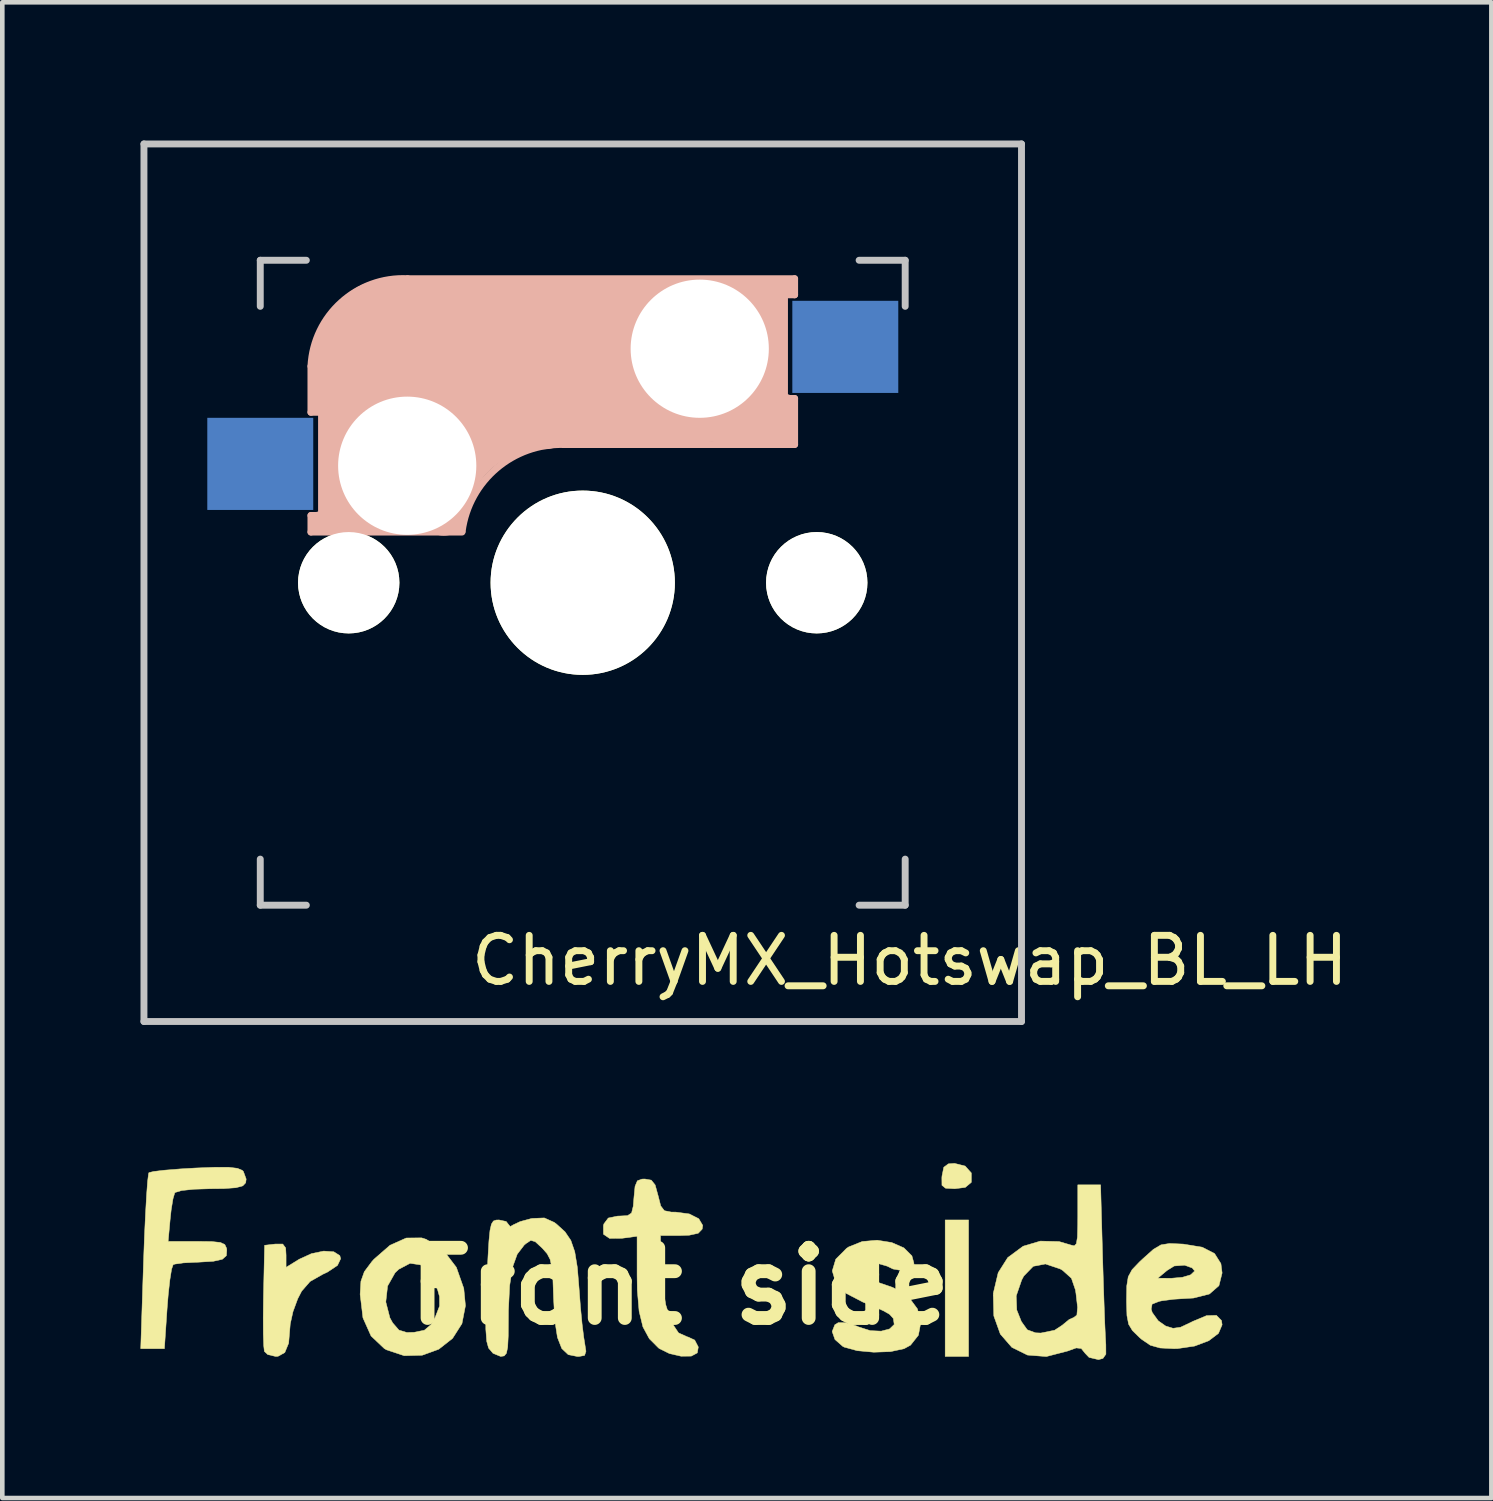
<source format=kicad_pcb>
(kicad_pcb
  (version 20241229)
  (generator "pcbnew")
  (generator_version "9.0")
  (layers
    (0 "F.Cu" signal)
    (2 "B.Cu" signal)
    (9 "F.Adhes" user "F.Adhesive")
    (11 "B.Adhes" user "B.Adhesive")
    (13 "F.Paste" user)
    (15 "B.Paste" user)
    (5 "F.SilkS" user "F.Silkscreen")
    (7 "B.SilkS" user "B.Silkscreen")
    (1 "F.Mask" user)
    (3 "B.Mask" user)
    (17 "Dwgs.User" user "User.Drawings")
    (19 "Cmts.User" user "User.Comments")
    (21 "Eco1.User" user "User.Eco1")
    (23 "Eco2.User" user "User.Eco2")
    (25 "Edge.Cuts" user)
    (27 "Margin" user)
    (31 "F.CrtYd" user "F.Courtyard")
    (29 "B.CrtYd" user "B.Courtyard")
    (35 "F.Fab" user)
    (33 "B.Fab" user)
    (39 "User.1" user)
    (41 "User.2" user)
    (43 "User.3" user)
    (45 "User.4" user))
  (footprint "CherryMX_Hotswap_BL_LH"
    (layer "F.Cu")
    (at 9.6 9.6)
    (property "Reference" "CherryMX_Hotswap_BL_LH" (at 7.1 8.2 0) (layer "F.SilkS") (effects (font (size 1 1) (thickness 0.15))))
    (attr through_hole)
    (fp_line (start -5.9 -4.7) (end -5.9 -3.7) (stroke (width 0.15) (type solid)) (layer "B.SilkS"))
    (fp_line (start -5.9 -3.7) (end -5.7 -3.7) (stroke (width 0.15) (type solid)) (layer "B.SilkS"))
    (fp_line (start -5.9 -1.1) (end -5.9 -1.46) (stroke (width 0.15) (type solid)) (layer "B.SilkS"))
    (fp_line (start -5.9 -1.1) (end -2.62 -1.1) (stroke (width 0.15) (type solid)) (layer "B.SilkS"))
    (fp_line (start -5.8 -3.8) (end -5.8 -4.7) (stroke (width 0.3) (type solid)) (layer "B.SilkS"))
    (fp_line (start -5.7 -1.46) (end -5.9 -1.46) (stroke (width 0.15) (type solid)) (layer "B.SilkS"))
    (fp_line (start -5.7 -1.3) (end -3 -1.3) (stroke (width 0.5) (type solid)) (layer "B.SilkS"))
    (fp_line (start -5.67 -3.7) (end -5.67 -1.46) (stroke (width 0.15) (type solid)) (layer "B.SilkS"))
    (fp_line (start -5.3 -1.6) (end -5.3 -3.4) (stroke (width 0.8) (type solid)) (layer "B.SilkS"))
    (fp_line (start -4.17 -5.1) (end -4.17 -2.86) (stroke (width 3) (type solid)) (layer "B.SilkS"))
    (fp_line (start -0.4 -3) (end 4.6 -3) (stroke (width 0.15) (type solid)) (layer "B.SilkS"))
    (fp_line (start 2.6 -4.8) (end -4.1 -4.8) (stroke (width 3.5) (type solid)) (layer "B.SilkS"))
    (fp_line (start 3.9 -6) (end 3.9 -3.5) (stroke (width 1) (type solid)) (layer "B.SilkS"))
    (fp_line (start 4.3 -3.3) (end 2.9 -3.3) (stroke (width 0.5) (type solid)) (layer "B.SilkS"))
    (fp_line (start 4.38 -4) (end 4.38 -6.25) (stroke (width 0.15) (type solid)) (layer "B.SilkS"))
    (fp_line (start 4.4 -6.4) (end 3 -6.4) (stroke (width 0.4) (type solid)) (layer "B.SilkS"))
    (fp_line (start 4.4 -6.25) (end 4.6 -6.25) (stroke (width 0.15) (type solid)) (layer "B.SilkS"))
    (fp_line (start 4.4 -3.9) (end 4.4 -3.2) (stroke (width 0.4) (type solid)) (layer "B.SilkS"))
    (fp_line (start 4.6 -6.6) (end -3.8 -6.6) (stroke (width 0.15) (type solid)) (layer "B.SilkS"))
    (fp_line (start 4.6 -6.25) (end 4.6 -6.6) (stroke (width 0.15) (type solid)) (layer "B.SilkS"))
    (fp_line (start 4.6 -4) (end 4.4 -4) (stroke (width 0.15) (type solid)) (layer "B.SilkS"))
    (fp_line (start 4.6 -3) (end 4.6 -4) (stroke (width 0.15) (type solid)) (layer "B.SilkS"))
    (fp_arc (start -5.9 -4.699999) (mid -5.243504 -6.084924) (end -3.800001 -6.6) (stroke (width 0.15) (type solid)) (layer "B.SilkS"))
    (fp_arc (start -3.016318 -1.521471) (mid -2.268709 -2.886118) (end -0.8 -3.4) (stroke (width 1) (type solid)) (layer "B.SilkS"))
    (fp_arc (start -2.616318 -1.121471) (mid -1.868709 -2.486118) (end -0.4 -3) (stroke (width 0.15) (type solid)) (layer "B.SilkS"))
    (fp_line (start -9.525 -9.525) (end 9.525 -9.525) (stroke (width 0.15) (type solid)) (layer "Dwgs.User"))
    (fp_line (start -9.525 9.525) (end -9.525 -9.525) (stroke (width 0.15) (type solid)) (layer "Dwgs.User"))
    (fp_line (start -7 -7) (end -6 -7) (stroke (width 0.15) (type solid)) (layer "Dwgs.User"))
    (fp_line (start -7 -6) (end -7 -7) (stroke (width 0.15) (type solid)) (layer "Dwgs.User"))
    (fp_line (start -7 6) (end -7 7) (stroke (width 0.15) (type solid)) (layer "Dwgs.User"))
    (fp_line (start -7 7) (end -6 7) (stroke (width 0.15) (type solid)) (layer "Dwgs.User"))
    (fp_line (start 6 7) (end 7 7) (stroke (width 0.15) (type solid)) (layer "Dwgs.User"))
    (fp_line (start 7 -7) (end 6 -7) (stroke (width 0.15) (type solid)) (layer "Dwgs.User"))
    (fp_line (start 7 -7) (end 7 -6) (stroke (width 0.15) (type solid)) (layer "Dwgs.User"))
    (fp_line (start 7 7) (end 7 6) (stroke (width 0.15) (type solid)) (layer "Dwgs.User"))
    (fp_line (start 9.525 -9.525) (end 9.525 9.525) (stroke (width 0.15) (type solid)) (layer "Dwgs.User"))
    (fp_line (start 9.525 9.525) (end -9.525 9.525) (stroke (width 0.15) (type solid)) (layer "Dwgs.User"))
    (pad "" np_thru_hole circle (at -5.08 0) (size 2.2 2.2) (drill 2.2) (layers "*.Cu" "*.Mask" "F.SilkS"))
    (pad "" np_thru_hole circle (at -3.81 -2.54 180) (size 3 3) (drill 3) (layers "*.Cu" "*.Mask"))
    (pad "" np_thru_hole circle (at 0 0 90) (size 4 4) (drill 4) (layers "*.Cu" "*.Mask" "F.SilkS"))
    (pad "" np_thru_hole circle (at 2.54 -5.08 180) (size 3 3) (drill 3) (layers "*.Cu" "*.Mask"))
    (pad "" np_thru_hole circle (at 5.08 0) (size 2.2 2.2) (drill 2.2) (layers "*.Cu" "*.Mask" "F.SilkS"))
    (pad "1" smd rect (at -7 -2.58 180) (size 2.3 2) (layers "B.Cu" "B.Mask" "B.Paste"))
    (pad "2" smd rect (at 5.7 -5.12 180) (size 2.3 2) (layers "B.Cu" "B.Mask" "B.Paste")))
  (footprint "Front side"
    (layer "F.Cu")
    (at 11.711 24.872)
    (property "Reference" "Front side" (at 0 0 0) (layer "F.SilkS") (effects (font (size 1.524 1.524) (thickness 0.3))))
    (attr through_hole)
    (fp_poly (pts (xy 6.265 1.524) (xy 5.757 1.524) (xy 5.757 -1.439) (xy 6.265 -1.439) (xy 6.265 1.524)) (stroke (width 0.01) (type solid)) (fill yes) (layer "F.SilkS"))
    (fp_poly (pts (xy 6.191 -2.609) (xy 6.325 -2.459) (xy 6.325 -2.26) (xy 6.324 -2.255) (xy 6.194 -2.146) (xy 5.966 -2.117) (xy 5.765 -2.128) (xy 5.687 -2.191) (xy 5.685 -2.354) (xy 5.688 -2.392) (xy 5.727 -2.583) (xy 5.826 -2.657) (xy 5.96 -2.667) (xy 6.191 -2.609)) (stroke (width 0.01) (type solid)) (fill yes) (layer "F.SilkS"))
    (fp_poly (pts (xy -8.623 -0.916) (xy -8.56 -0.832) (xy -8.551 -0.676) (xy -8.551 -0.41) (xy -8.266 -0.586) (xy -7.999 -0.708) (xy -7.734 -0.763) (xy -7.515 -0.748) (xy -7.384 -0.665) (xy -7.366 -0.597) (xy -7.435 -0.452) (xy -7.653 -0.307) (xy -7.75 -0.262) (xy -8.03 -0.103) (xy -8.213 0.107) (xy -8.298 0.272) (xy -8.401 0.552) (xy -8.46 0.817) (xy -8.466 0.889) (xy -8.495 1.236) (xy -8.579 1.44) (xy -8.726 1.521) (xy -8.776 1.524) (xy -8.949 1.483) (xy -9.022 1.414) (xy -9.036 1.291) (xy -9.045 1.035) (xy -9.047 0.681) (xy -9.042 0.266) (xy -9.041 0.207) (xy -9.017 -0.889) (xy -8.784 -0.916) (xy -8.623 -0.916)) (stroke (width 0.01) (type solid)) (fill yes) (layer "F.SilkS"))
    (fp_poly (pts (xy -5.508 -1.018) (xy -5.131 -0.774) (xy -4.854 -0.41) (xy -4.693 0.048) (xy -4.657 0.423) (xy -4.733 0.812) (xy -4.937 1.132) (xy -5.236 1.367) (xy -5.597 1.498) (xy -5.986 1.508) (xy -6.371 1.38) (xy -6.419 1.352) (xy -6.706 1.08) (xy -6.882 0.686) (xy -6.923 0.341) (xy -6.386 0.341) (xy -6.297 0.686) (xy -6.237 0.795) (xy -6.101 0.952) (xy -5.931 1.004) (xy -5.773 1) (xy -5.549 0.955) (xy -5.407 0.835) (xy -5.312 0.67) (xy -5.219 0.43) (xy -5.22 0.225) (xy -5.261 0.077) (xy -5.426 -0.271) (xy -5.629 -0.464) (xy -5.859 -0.498) (xy -6.104 -0.369) (xy -6.185 -0.292) (xy -6.347 -0.005) (xy -6.386 0.341) (xy -6.923 0.341) (xy -6.943 0.179) (xy -6.943 0.172) (xy -6.926 -0.108) (xy -6.852 -0.316) (xy -6.69 -0.533) (xy -6.641 -0.588) (xy -6.294 -0.89) (xy -5.943 -1.047) (xy -5.608 -1.05) (xy -5.508 -1.018)) (stroke (width 0.01) (type solid)) (fill yes) (layer "F.SilkS"))
    (fp_poly (pts (xy -9.793 -2.582) (xy -9.608 -2.56) (xy -9.504 -2.517) (xy -9.478 -2.493) (xy -9.417 -2.327) (xy -9.428 -2.245) (xy -9.491 -2.179) (xy -9.639 -2.139) (xy -9.902 -2.12) (xy -10.195 -2.117) (xy -10.551 -2.106) (xy -10.817 -2.078) (xy -10.958 -2.036) (xy -10.968 -2.026) (xy -11.006 -1.897) (xy -11.045 -1.658) (xy -11.067 -1.455) (xy -11.111 -0.974) (xy -10.487 -0.974) (xy -10.166 -0.97) (xy -9.976 -0.95) (xy -9.881 -0.906) (xy -9.843 -0.825) (xy -9.838 -0.79) (xy -9.846 -0.665) (xy -9.934 -0.586) (xy -10.129 -0.542) (xy -10.461 -0.522) (xy -10.525 -0.52) (xy -10.779 -0.507) (xy -10.959 -0.482) (xy -11.002 -0.469) (xy -11.036 -0.371) (xy -11.073 -0.142) (xy -11.109 0.182) (xy -11.132 0.464) (xy -11.192 1.355) (xy -11.706 1.355) (xy -11.645 -0.529) (xy -11.625 -1.077) (xy -11.602 -1.567) (xy -11.579 -1.975) (xy -11.557 -2.274) (xy -11.536 -2.441) (xy -11.528 -2.466) (xy -11.426 -2.491) (xy -11.191 -2.519) (xy -10.86 -2.546) (xy -10.525 -2.566) (xy -10.089 -2.583) (xy -9.793 -2.582)) (stroke (width 0.01) (type solid)) (fill yes) (layer "F.SilkS"))
    (fp_poly (pts (xy 4.596 -0.949) (xy 4.861 -0.833) (xy 5.035 -0.659) (xy 5.08 -0.495) (xy 5.012 -0.378) (xy 4.842 -0.336) (xy 4.626 -0.374) (xy 4.499 -0.436) (xy 4.317 -0.489) (xy 4.111 -0.471) (xy 3.949 -0.398) (xy 3.895 -0.303) (xy 3.973 -0.21) (xy 4.185 -0.116) (xy 4.325 -0.075) (xy 4.618 0.026) (xy 4.871 0.158) (xy 4.956 0.222) (xy 5.155 0.492) (xy 5.228 0.787) (xy 5.176 1.063) (xy 5.005 1.279) (xy 4.864 1.356) (xy 4.571 1.419) (xy 4.208 1.432) (xy 3.848 1.399) (xy 3.567 1.322) (xy 3.535 1.306) (xy 3.365 1.157) (xy 3.304 0.983) (xy 3.362 0.836) (xy 3.437 0.79) (xy 3.596 0.791) (xy 3.82 0.858) (xy 3.872 0.881) (xy 4.131 0.964) (xy 4.368 0.975) (xy 4.552 0.926) (xy 4.651 0.83) (xy 4.632 0.7) (xy 4.55 0.609) (xy 4.416 0.533) (xy 4.18 0.427) (xy 3.971 0.344) (xy 3.606 0.154) (xy 3.382 -0.079) (xy 3.306 -0.333) (xy 3.382 -0.587) (xy 3.617 -0.823) (xy 3.664 -0.854) (xy 3.956 -0.971) (xy 4.28 -0.999) (xy 4.596 -0.949)) (stroke (width 0.01) (type solid)) (fill yes) (layer "F.SilkS"))
    (fp_poly (pts (xy -0.622 -2.303) (xy -0.539 -2.199) (xy -0.476 -1.97) (xy -0.475 -1.968) (xy -0.418 -1.744) (xy -0.339 -1.64) (xy -0.189 -1.61) (xy -0.089 -1.609) (xy 0.202 -1.57) (xy 0.408 -1.466) (xy 0.494 -1.321) (xy 0.482 -1.24) (xy 0.396 -1.15) (xy 0.202 -1.108) (xy 0.003 -1.101) (xy -0.423 -1.101) (xy -0.421 -0.741) (xy -0.39 -0.117) (xy -0.312 0.392) (xy -0.191 0.773) (xy -0.031 1.013) (xy 0.165 1.101) (xy 0.173 1.101) (xy 0.32 1.169) (xy 0.398 1.319) (xy 0.376 1.447) (xy 0.245 1.517) (xy 0.024 1.519) (xy -0.227 1.462) (xy -0.446 1.354) (xy -0.465 1.34) (xy -0.666 1.138) (xy -0.804 0.883) (xy -0.887 0.543) (xy -0.926 0.086) (xy -0.931 -0.243) (xy -0.931 -1.085) (xy -1.259 -1.041) (xy -1.529 -1.039) (xy -1.661 -1.129) (xy -1.662 -1.316) (xy -1.651 -1.355) (xy -1.556 -1.481) (xy -1.353 -1.523) (xy -1.311 -1.524) (xy -1.138 -1.533) (xy -1.051 -1.59) (xy -1.014 -1.739) (xy -0.999 -1.926) (xy -0.975 -2.17) (xy -0.925 -2.289) (xy -0.825 -2.326) (xy -0.762 -2.328) (xy -0.622 -2.303)) (stroke (width 0.01) (type solid)) (fill yes) (layer "F.SilkS"))
    (fp_poly (pts (xy 9.175 -0.614) (xy 9.191 -0.091) (xy 9.207 0.393) (xy 9.222 0.804) (xy 9.236 1.11) (xy 9.245 1.27) (xy 9.246 1.475) (xy 9.182 1.567) (xy 9.085 1.593) (xy 8.881 1.545) (xy 8.795 1.455) (xy 8.711 1.351) (xy 8.602 1.339) (xy 8.413 1.407) (xy 7.953 1.526) (xy 7.544 1.494) (xy 7.204 1.326) (xy 6.954 1.038) (xy 6.813 0.644) (xy 6.802 0.21) (xy 7.299 0.21) (xy 7.311 0.515) (xy 7.411 0.766) (xy 7.539 0.945) (xy 7.718 1.011) (xy 7.834 1.016) (xy 8.133 0.955) (xy 8.297 0.847) (xy 8.449 0.722) (xy 8.551 0.677) (xy 8.616 0.626) (xy 8.631 0.458) (xy 8.596 0.152) (xy 8.584 0.078) (xy 8.498 -0.173) (xy 8.307 -0.345) (xy 8.252 -0.377) (xy 7.932 -0.484) (xy 7.669 -0.433) (xy 7.464 -0.222) (xy 7.418 -0.136) (xy 7.299 0.21) (xy 6.802 0.21) (xy 6.801 0.161) (xy 6.802 0.151) (xy 6.908 -0.294) (xy 7.116 -0.623) (xy 7.447 -0.867) (xy 7.457 -0.871) (xy 7.824 -0.98) (xy 8.23 -0.97) (xy 8.488 -0.894) (xy 8.561 -0.877) (xy 8.605 -0.925) (xy 8.628 -1.068) (xy 8.635 -1.337) (xy 8.636 -1.515) (xy 8.636 -2.201) (xy 9.131 -2.201) (xy 9.175 -0.614)) (stroke (width 0.01) (type solid)) (fill yes) (layer "F.SilkS"))
    (fp_poly (pts (xy 10.904 -0.916) (xy 10.926 -0.915) (xy 11.338 -0.847) (xy 11.605 -0.71) (xy 11.743 -0.491) (xy 11.769 -0.288) (xy 11.7 -0.012) (xy 11.494 0.168) (xy 11.148 0.256) (xy 11.009 0.264) (xy 10.717 0.282) (xy 10.46 0.316) (xy 10.403 0.328) (xy 10.249 0.388) (xy 10.229 0.496) (xy 10.253 0.572) (xy 10.382 0.75) (xy 10.544 0.864) (xy 10.705 0.913) (xy 10.867 0.89) (xy 11.096 0.782) (xy 11.128 0.765) (xy 11.431 0.638) (xy 11.645 0.632) (xy 11.756 0.745) (xy 11.769 0.837) (xy 11.69 1.023) (xy 11.479 1.183) (xy 11.171 1.299) (xy 10.802 1.353) (xy 10.723 1.355) (xy 10.42 1.34) (xy 10.211 1.281) (xy 10.023 1.153) (xy 9.971 1.108) (xy 9.822 0.962) (xy 9.739 0.824) (xy 9.703 0.637) (xy 9.694 0.344) (xy 9.694 0.297) (xy 9.699 -0.008) (xy 9.726 -0.175) (xy 10.372 -0.175) (xy 10.668 -0.173) (xy 10.906 -0.194) (xy 11.081 -0.246) (xy 11.089 -0.251) (xy 11.174 -0.331) (xy 11.121 -0.396) (xy 10.955 -0.457) (xy 10.729 -0.44) (xy 10.574 -0.343) (xy 10.372 -0.175) (xy 9.726 -0.175) (xy 9.731 -0.206) (xy 9.814 -0.359) (xy 9.974 -0.527) (xy 10.061 -0.608) (xy 10.276 -0.8) (xy 10.441 -0.898) (xy 10.626 -0.928) (xy 10.904 -0.916)) (stroke (width 0.01) (type solid)) (fill yes) (layer "F.SilkS"))
    (fp_poly (pts (xy -2.729 -1.386) (xy -2.68 -1.349) (xy -2.496 -1.182) (xy -2.369 -0.995) (xy -2.284 -0.749) (xy -2.228 -0.409) (xy -2.191 0.042) (xy -2.161 0.444) (xy -2.125 0.818) (xy -2.089 1.108) (xy -2.073 1.206) (xy -2.041 1.413) (xy -2.071 1.502) (xy -2.189 1.524) (xy -2.231 1.524) (xy -2.425 1.485) (xy -2.565 1.353) (xy -2.66 1.111) (xy -2.718 0.738) (xy -2.744 0.254) (xy -2.758 -0.141) (xy -2.781 -0.407) (xy -2.819 -0.583) (xy -2.884 -0.707) (xy -2.983 -0.82) (xy -2.99 -0.827) (xy -3.141 -0.967) (xy -3.239 -0.996) (xy -3.347 -0.924) (xy -3.383 -0.892) (xy -3.533 -0.696) (xy -3.636 -0.41) (xy -3.698 -0.01) (xy -3.724 0.527) (xy -3.725 0.699) (xy -3.728 1.078) (xy -3.74 1.32) (xy -3.767 1.454) (xy -3.816 1.512) (xy -3.892 1.524) (xy -4.058 1.456) (xy -4.155 1.342) (xy -4.195 1.196) (xy -4.215 0.932) (xy -4.216 0.535) (xy -4.198 -0.012) (xy -4.192 -0.14) (xy -4.168 -0.633) (xy -4.147 -0.983) (xy -4.124 -1.213) (xy -4.093 -1.349) (xy -4.05 -1.416) (xy -3.99 -1.437) (xy -3.928 -1.439) (xy -3.773 -1.406) (xy -3.725 -1.344) (xy -3.684 -1.295) (xy -3.619 -1.333) (xy -3.468 -1.404) (xy -3.239 -1.466) (xy -3.209 -1.472) (xy -2.945 -1.483) (xy -2.729 -1.386)) (stroke (width 0.01) (type solid)) (fill yes) (layer "F.SilkS")))
  (gr_rect
    (start -3 -3)
    (end 29.325 29.47)
    (stroke (width 0.1) (type default))
    (fill no)
    (layer "Edge.Cuts")))
</source>
